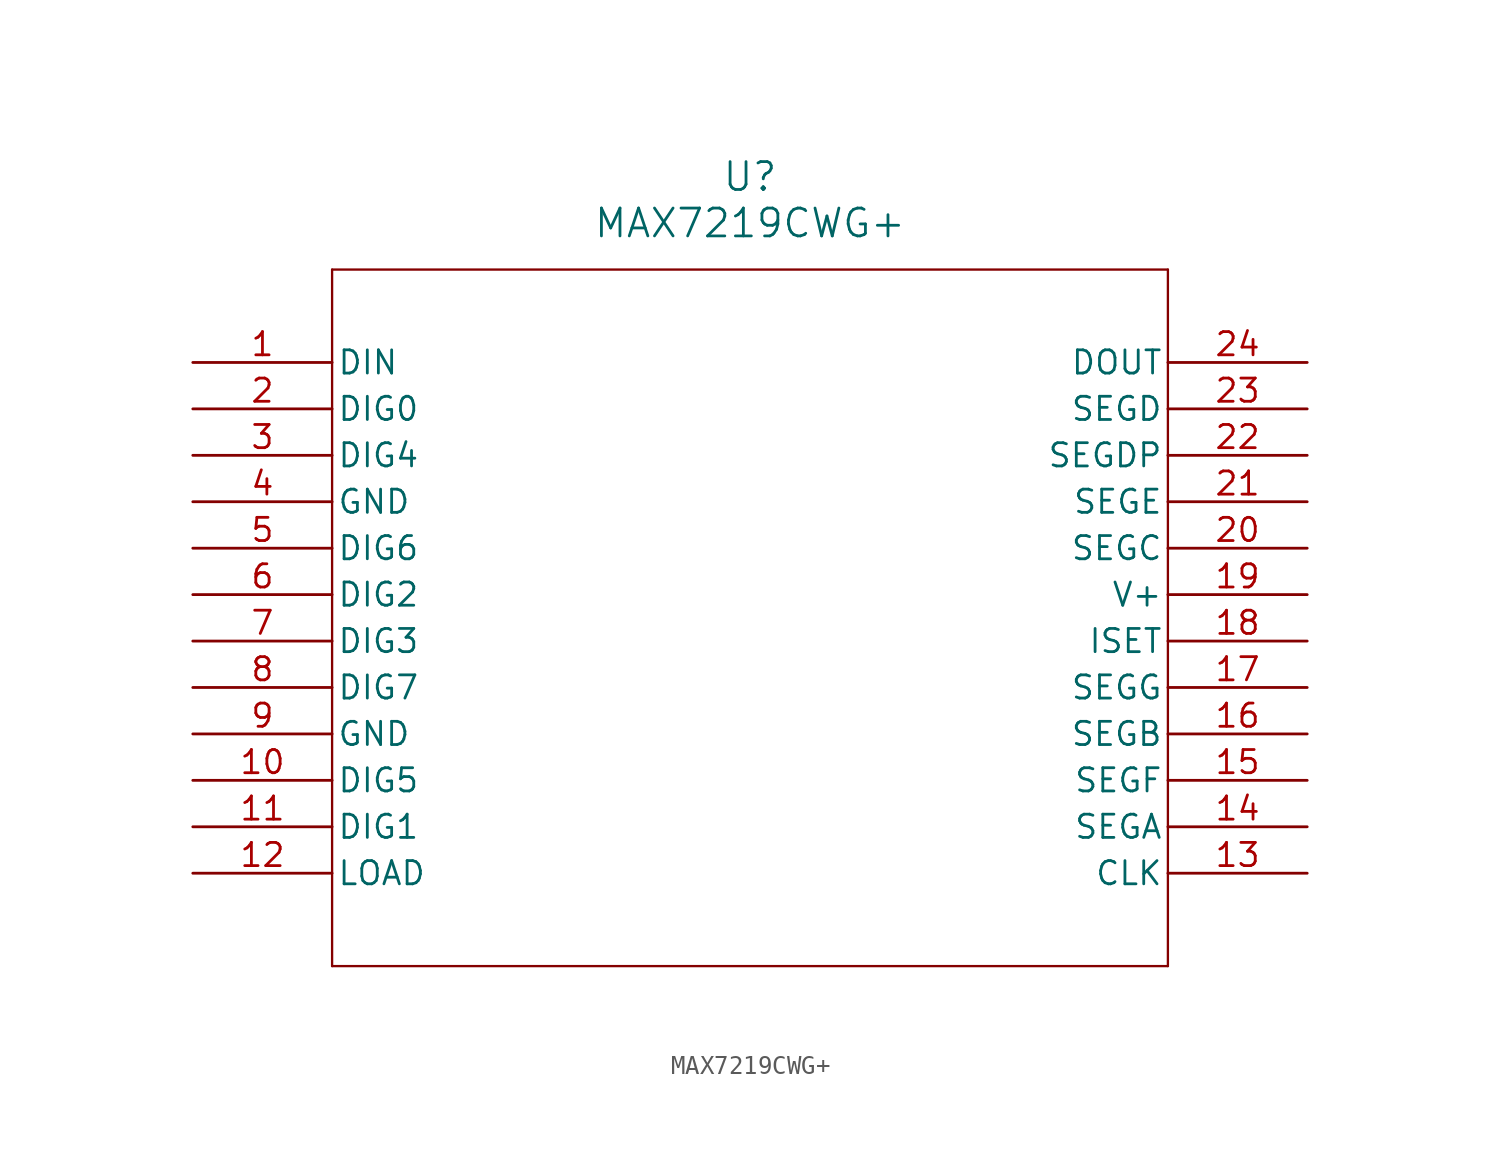
<source format=kicad_sym>
(kicad_symbol_lib
  (version 20211014)
  (generator kicad_symbol_editor)
  (symbol "MAX7219CWG+"
    (pin_names
      (offset 0.254))
    (property "Reference" "U"
      (at 30.48 10.16 0)
      (effects (font (size 1.524 1.524))))
    (property "Value" "MAX7219CWG+"
      (at 30.48 7.62 0)
      (effects (font (size 1.524 1.524))))
    (symbol "MAX7219CWG+_0_1"
      (polyline (pts (xy 7.62 5.08) (xy 7.62 -33.02)) (stroke (width 0.127) (type default) (color 0 0 0 0)) (fill (type none)))
      (polyline (pts (xy 7.62 -33.02) (xy 53.34 -33.02)) (stroke (width 0.127) (type default) (color 0 0 0 0)) (fill (type none)))
      (polyline (pts (xy 53.34 -33.02) (xy 53.34 5.08)) (stroke (width 0.127) (type default) (color 0 0 0 0)) (fill (type none)))
      (polyline (pts (xy 53.34 5.08) (xy 7.62 5.08)) (stroke (width 0.127) (type default) (color 0 0 0 0)) (fill (type none)))
      (pin input line (at 0 0 0) (length 7.62) (name "DIN" (effects (font (size 1.27 1.27)))) (number "1" (effects (font (size 1.27 1.27)))))
      (pin output line (at 0 -2.54 0) (length 7.62) (name "DIG0" (effects (font (size 1.27 1.27)))) (number "2" (effects (font (size 1.27 1.27)))))
      (pin output line (at 0 -5.08 0) (length 7.62) (name "DIG4" (effects (font (size 1.27 1.27)))) (number "3" (effects (font (size 1.27 1.27)))))
      (pin power_in line (at 0 -7.62 0) (length 7.62) (name "GND" (effects (font (size 1.27 1.27)))) (number "4" (effects (font (size 1.27 1.27)))))
      (pin output line (at 0 -10.16 0) (length 7.62) (name "DIG6" (effects (font (size 1.27 1.27)))) (number "5" (effects (font (size 1.27 1.27)))))
      (pin output line (at 0 -12.7 0) (length 7.62) (name "DIG2" (effects (font (size 1.27 1.27)))) (number "6" (effects (font (size 1.27 1.27)))))
      (pin output line (at 0 -15.24 0) (length 7.62) (name "DIG3" (effects (font (size 1.27 1.27)))) (number "7" (effects (font (size 1.27 1.27)))))
      (pin output line (at 0 -17.78 0) (length 7.62) (name "DIG7" (effects (font (size 1.27 1.27)))) (number "8" (effects (font (size 1.27 1.27)))))
      (pin power_in line (at 0 -20.32 0) (length 7.62) (name "GND" (effects (font (size 1.27 1.27)))) (number "9" (effects (font (size 1.27 1.27)))))
      (pin output line (at 0 -22.86 0) (length 7.62) (name "DIG5" (effects (font (size 1.27 1.27)))) (number "10" (effects (font (size 1.27 1.27)))))
      (pin output line (at 0 -25.4 0) (length 7.62) (name "DIG1" (effects (font (size 1.27 1.27)))) (number "11" (effects (font (size 1.27 1.27)))))
      (pin input line (at 0 -27.94 0) (length 7.62) (name "LOAD" (effects (font (size 1.27 1.27)))) (number "12" (effects (font (size 1.27 1.27)))))
      (pin input line (at 60.96 -27.94 180) (length 7.62) (name "CLK" (effects (font (size 1.27 1.27)))) (number "13" (effects (font (size 1.27 1.27)))))
      (pin output line (at 60.96 -25.4 180) (length 7.62) (name "SEGA" (effects (font (size 1.27 1.27)))) (number "14" (effects (font (size 1.27 1.27)))))
      (pin output line (at 60.96 -22.86 180) (length 7.62) (name "SEGF" (effects (font (size 1.27 1.27)))) (number "15" (effects (font (size 1.27 1.27)))))
      (pin output line (at 60.96 -20.32 180) (length 7.62) (name "SEGB" (effects (font (size 1.27 1.27)))) (number "16" (effects (font (size 1.27 1.27)))))
      (pin output line (at 60.96 -17.78 180) (length 7.62) (name "SEGG" (effects (font (size 1.27 1.27)))) (number "17" (effects (font (size 1.27 1.27)))))
      (pin input line (at 60.96 -15.24 180) (length 7.62) (name "ISET" (effects (font (size 1.27 1.27)))) (number "18" (effects (font (size 1.27 1.27)))))
      (pin power_in line (at 60.96 -12.7 180) (length 7.62) (name "V+" (effects (font (size 1.27 1.27)))) (number "19" (effects (font (size 1.27 1.27)))))
      (pin output line (at 60.96 -10.16 180) (length 7.62) (name "SEGC" (effects (font (size 1.27 1.27)))) (number "20" (effects (font (size 1.27 1.27)))))
      (pin output line (at 60.96 -7.62 180) (length 7.62) (name "SEGE" (effects (font (size 1.27 1.27)))) (number "21" (effects (font (size 1.27 1.27)))))
      (pin output line (at 60.96 -5.08 180) (length 7.62) (name "SEGDP" (effects (font (size 1.27 1.27)))) (number "22" (effects (font (size 1.27 1.27)))))
      (pin output line (at 60.96 -2.54 180) (length 7.62) (name "SEGD" (effects (font (size 1.27 1.27)))) (number "23" (effects (font (size 1.27 1.27)))))
      (pin output line (at 60.96 0 180) (length 7.62) (name "DOUT" (effects (font (size 1.27 1.27)))) (number "24" (effects (font (size 1.27 1.27))))))))
</source>
